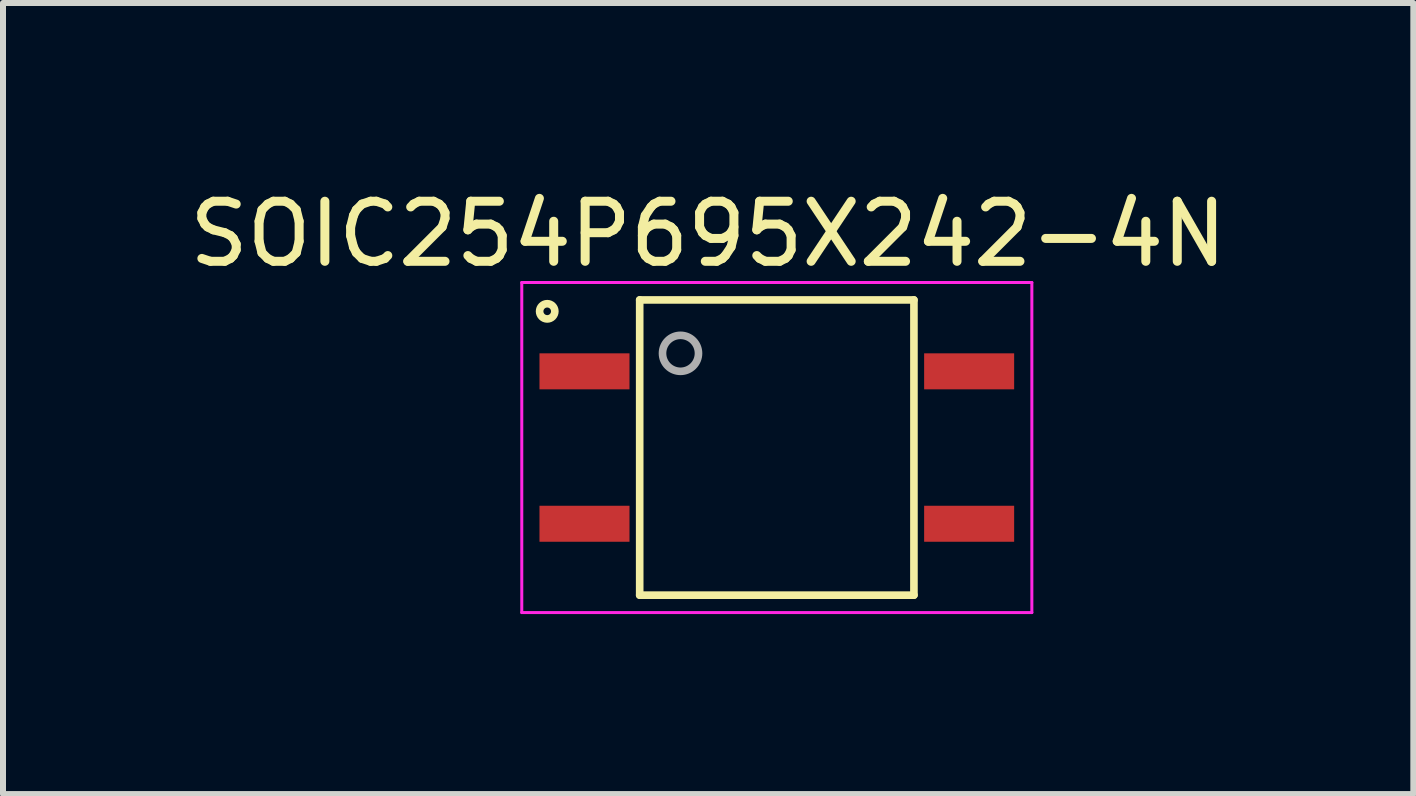
<source format=kicad_pcb>
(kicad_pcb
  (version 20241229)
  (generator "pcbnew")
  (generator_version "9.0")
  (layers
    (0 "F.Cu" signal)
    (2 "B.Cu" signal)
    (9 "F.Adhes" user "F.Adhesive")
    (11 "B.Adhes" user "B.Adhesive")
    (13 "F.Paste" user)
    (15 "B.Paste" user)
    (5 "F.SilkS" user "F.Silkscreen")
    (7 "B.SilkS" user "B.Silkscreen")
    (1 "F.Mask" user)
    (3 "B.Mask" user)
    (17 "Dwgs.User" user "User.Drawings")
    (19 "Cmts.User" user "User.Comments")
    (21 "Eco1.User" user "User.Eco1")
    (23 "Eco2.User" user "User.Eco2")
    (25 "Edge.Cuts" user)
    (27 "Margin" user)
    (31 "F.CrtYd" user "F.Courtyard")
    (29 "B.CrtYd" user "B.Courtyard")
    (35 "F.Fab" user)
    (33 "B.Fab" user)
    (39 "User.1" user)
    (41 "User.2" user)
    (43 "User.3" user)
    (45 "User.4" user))
  (footprint "SOIC254P695X242-4N"
    (layer "F.Cu")
    (at 9.895 4.408)
    (property "Reference" "SOIC254P695X242-4N" (at -1.144 -3.559 0) (layer "F.SilkS") (effects (font (size 1.001 1.001) (thickness 0.15))))
    (attr smd)
    (fp_line (start -2.285 -2.46) (end 2.285 -2.46) (stroke (width 0.127) (type solid)) (layer "F.SilkS"))
    (fp_line (start -2.285 2.46) (end -2.285 -2.46) (stroke (width 0.127) (type solid)) (layer "F.SilkS"))
    (fp_line (start 2.285 -2.46) (end 2.285 2.46) (stroke (width 0.127) (type solid)) (layer "F.SilkS"))
    (fp_line (start 2.285 2.46) (end -2.285 2.46) (stroke (width 0.127) (type solid)) (layer "F.SilkS"))
    (fp_circle (center -3.826 -2.27) (end -3.699 -2.27) (stroke (width 0.127) (type solid)) (fill no) (layer "F.SilkS"))
    (fp_line (start -4.25 -2.75) (end 4.25 -2.75) (stroke (width 0.05) (type solid)) (layer "F.CrtYd"))
    (fp_line (start -4.25 2.75) (end -4.25 -2.75) (stroke (width 0.05) (type solid)) (layer "F.CrtYd"))
    (fp_line (start 4.25 -2.75) (end 4.25 2.75) (stroke (width 0.05) (type solid)) (layer "F.CrtYd"))
    (fp_line (start 4.25 2.75) (end -4.25 2.75) (stroke (width 0.05) (type solid)) (layer "F.CrtYd"))
    (fp_circle (center -1.605 -1.57) (end -1.305 -1.57) (stroke (width 0.127) (type solid)) (fill no) (layer "F.Fab"))
    (pad "1" smd rect (at -3.205 -1.27) (size 1.5 0.6) (layers "F.Cu" "F.Mask" "F.Paste"))
    (pad "2" smd rect (at -3.205 1.27) (size 1.5 0.6) (layers "F.Cu" "F.Mask" "F.Paste"))
    (pad "3" smd rect (at 3.205 1.27) (size 1.5 0.6) (layers "F.Cu" "F.Mask" "F.Paste"))
    (pad "4" smd rect (at 3.205 -1.27) (size 1.5 0.6) (layers "F.Cu" "F.Mask" "F.Paste")))
  (gr_rect
    (start -3 -3)
    (end 20.502 10.183)
    (stroke (width 0.1) (type default))
    (fill no)
    (layer "Edge.Cuts")))
</source>
